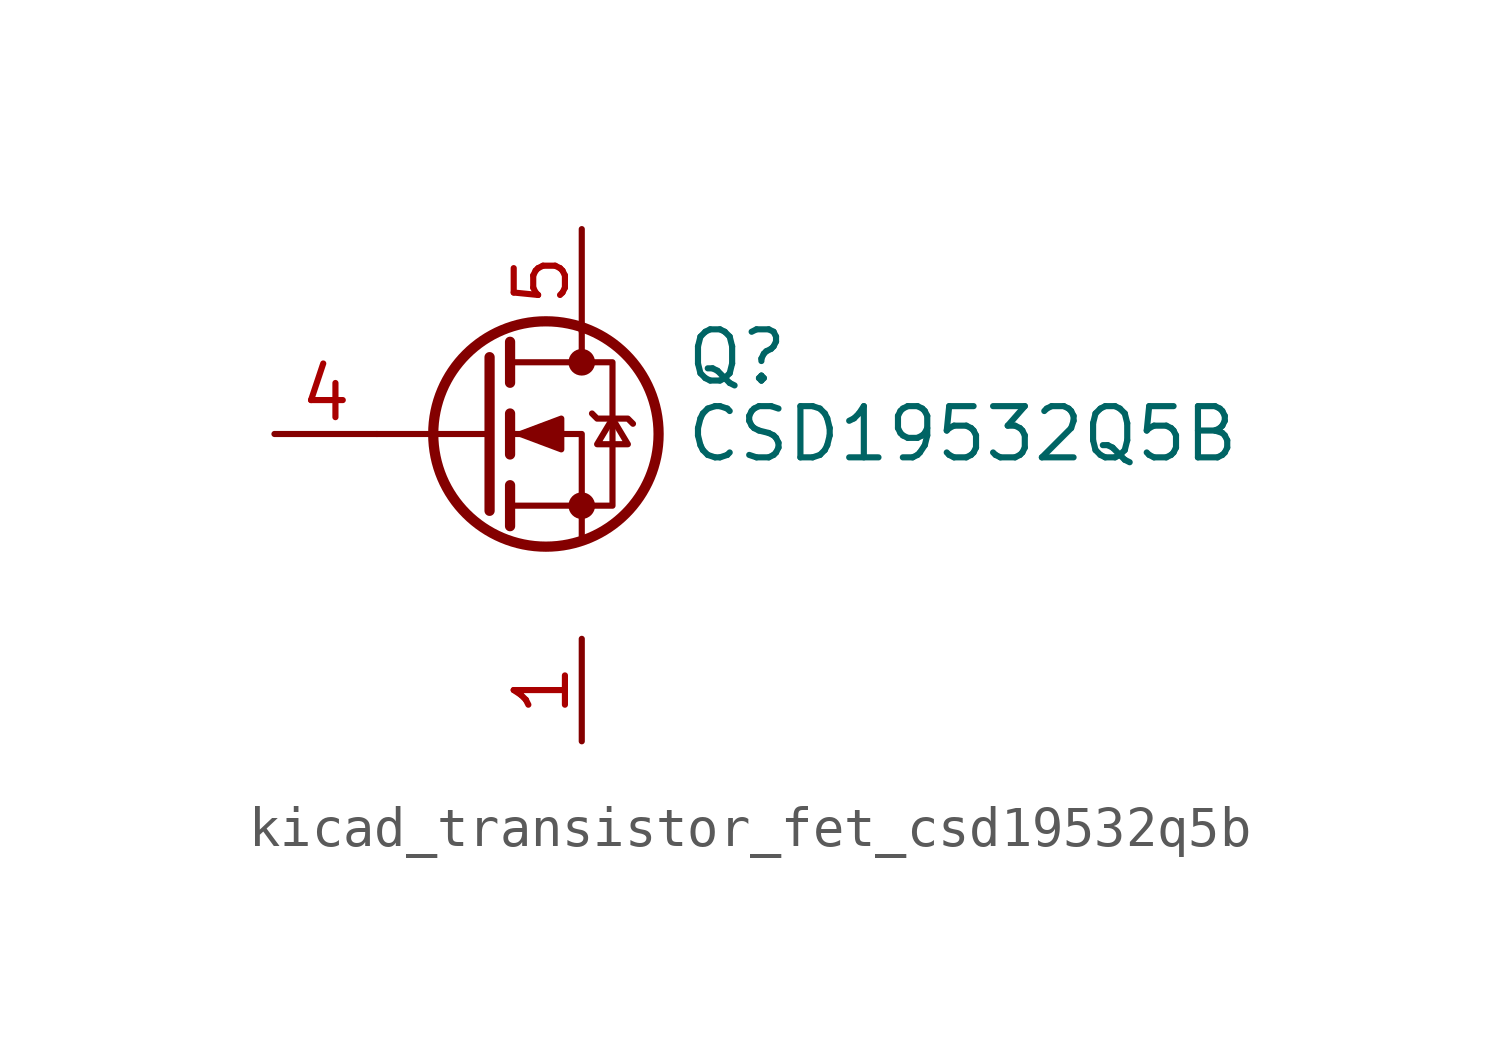
<source format=kicad_sym>
(kicad_symbol_lib
  (version 20220914)
  (generator kicad_symbol_editor)
  (symbol "kicad_transistor_fet_csd19532q5b"
    (pin_names hide)
    (property "Reference" "Q"
      (at 5.08 1.905 0)
      (effects (font (size 1.27 1.27)) (justify left)))
    (property "Value" "CSD19532Q5B"
      (at 5.08 0 0)
      (effects (font (size 1.27 1.27)) (justify left)))
    (symbol "kicad_transistor_fet_csd19532q5b_0_1"
      (polyline (pts (xy 0.254 0) (xy -2.54 0)) (stroke (width 0) (type default)) (fill (type none)))
      (polyline (pts (xy 0.254 1.905) (xy 0.254 -1.905)) (stroke (width 0.254) (type default)) (fill (type none)))
      (polyline (pts (xy 0.762 -1.27) (xy 0.762 -2.286)) (stroke (width 0.254) (type default)) (fill (type none)))
      (polyline (pts (xy 0.762 0.508) (xy 0.762 -0.508)) (stroke (width 0.254) (type default)) (fill (type none)))
      (polyline (pts (xy 0.762 2.286) (xy 0.762 1.27)) (stroke (width 0.254) (type default)) (fill (type none)))
      (polyline (pts (xy 2.54 2.54) (xy 2.54 1.778)) (stroke (width 0) (type default)) (fill (type none)))
      (polyline (pts (xy 2.54 -2.54) (xy 2.54 0) (xy 0.762 0)) (stroke (width 0) (type default)) (fill (type none)))
      (polyline (pts (xy 0.762 -1.778) (xy 3.302 -1.778) (xy 3.302 1.778) (xy 0.762 1.778)) (stroke (width 0) (type default)) (fill (type none)))
      (polyline (pts (xy 1.016 0) (xy 2.032 0.381) (xy 2.032 -0.381) (xy 1.016 0)) (stroke (width 0) (type default)) (fill (type outline)))
      (polyline (pts (xy 2.794 0.508) (xy 2.921 0.381) (xy 3.683 0.381) (xy 3.81 0.254)) (stroke (width 0) (type default)) (fill (type none)))
      (polyline (pts (xy 3.302 0.381) (xy 2.921 -0.254) (xy 3.683 -0.254) (xy 3.302 0.381)) (stroke (width 0) (type default)) (fill (type none)))
      (circle (center 1.651 0) (radius 2.794) (stroke (width 0.254) (type default)) (fill (type none)))
      (circle (center 2.54 -1.778) (radius 0.254) (stroke (width 0) (type default)) (fill (type outline)))
      (circle (center 2.54 1.778) (radius 0.254) (stroke (width 0) (type default)) (fill (type outline))))
    (symbol "kicad_transistor_fet_csd19532q5b_1_1"
      (pin passive line (at 2.54 -5.08 270) (length 2.54) (name "S" (effects (font (size 1.27 1.27)))) (number "1" (effects (font (size 1.27 1.27)))))
      (pin passive line (at 2.54 -5.08 270) (length 2.54) hide (name "S" (effects (font (size 1.27 1.27)))) (number "2" (effects (font (size 1.27 1.27)))))
      (pin passive line (at 2.54 -5.08 90) (length 2.54) hide (name "S" (effects (font (size 1.27 1.27)))) (number "3" (effects (font (size 1.27 1.27)))))
      (pin passive line (at -5.08 0 0) (length 2.54) (name "G" (effects (font (size 1.27 1.27)))) (number "4" (effects (font (size 1.27 1.27)))))
      (pin passive line (at 2.54 5.08 270) (length 2.54) (name "D" (effects (font (size 1.27 1.27)))) (number "5" (effects (font (size 1.27 1.27))))))))
</source>
